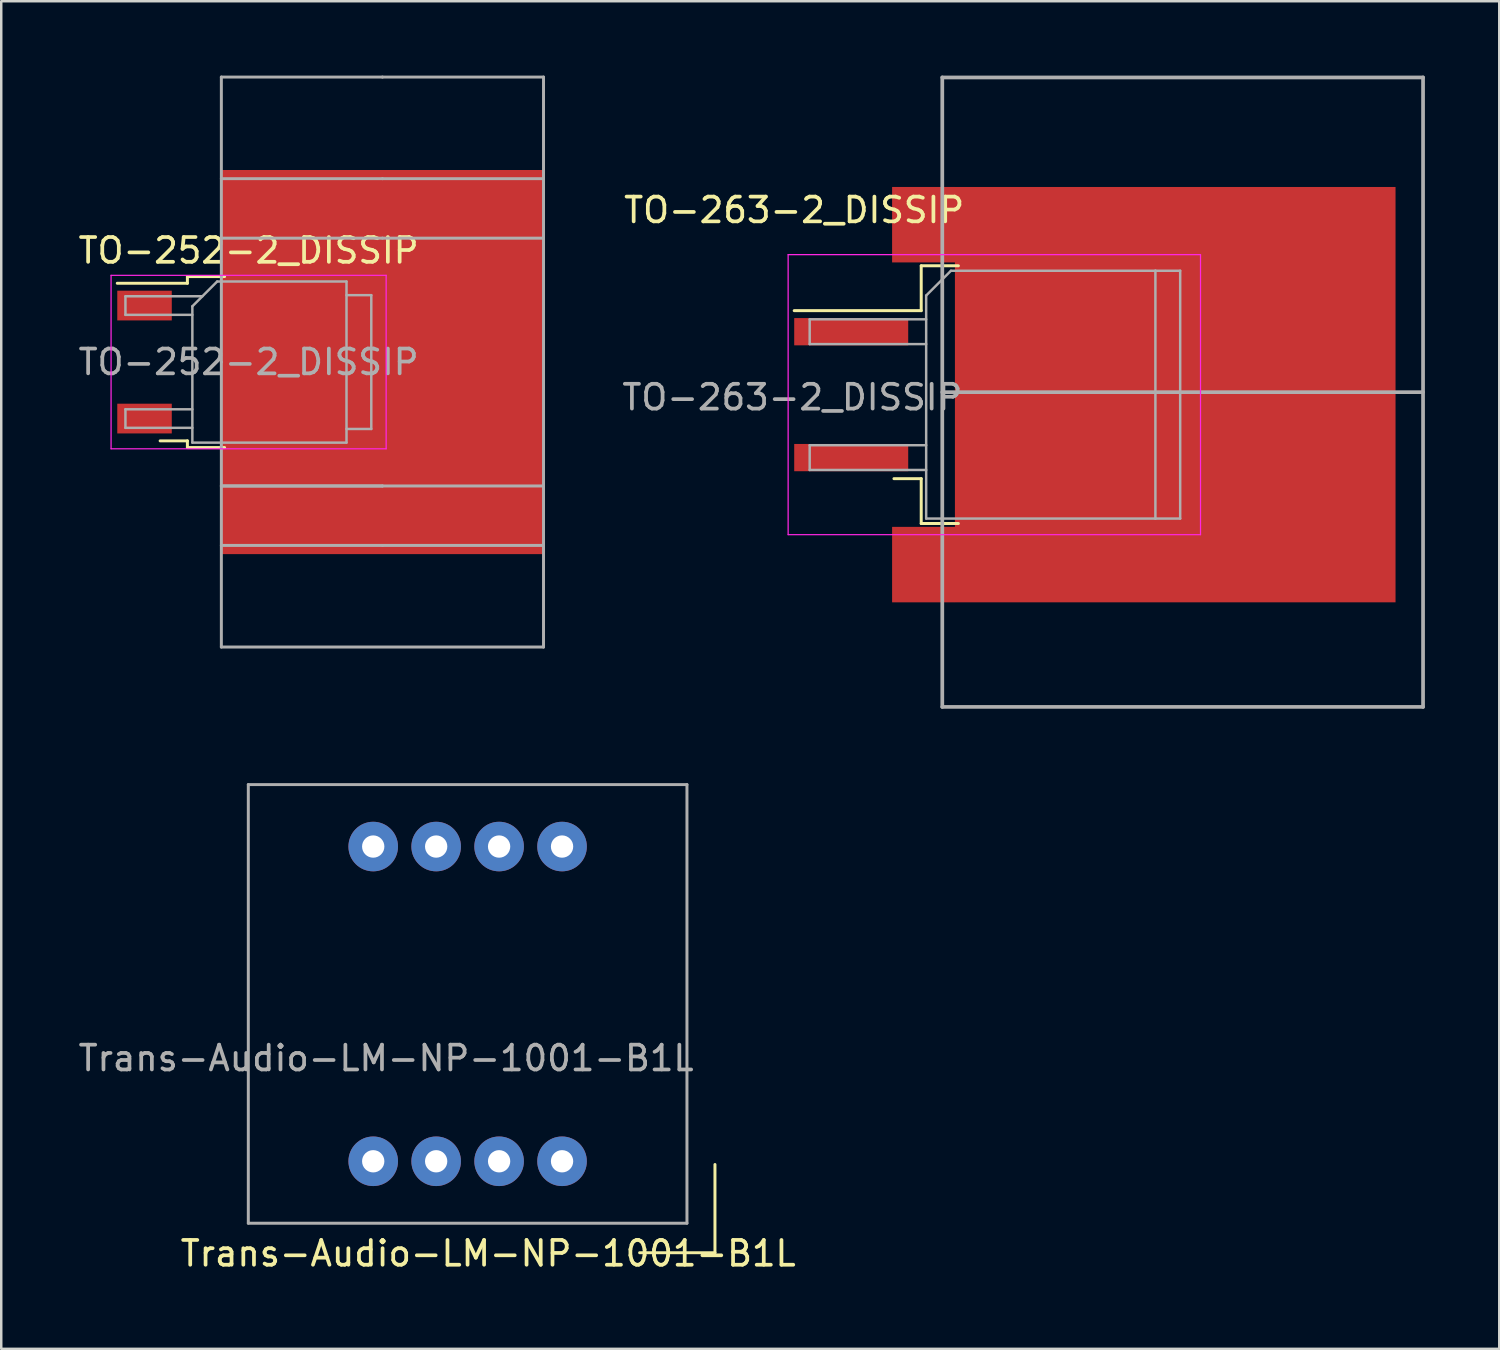
<source format=kicad_pcb>
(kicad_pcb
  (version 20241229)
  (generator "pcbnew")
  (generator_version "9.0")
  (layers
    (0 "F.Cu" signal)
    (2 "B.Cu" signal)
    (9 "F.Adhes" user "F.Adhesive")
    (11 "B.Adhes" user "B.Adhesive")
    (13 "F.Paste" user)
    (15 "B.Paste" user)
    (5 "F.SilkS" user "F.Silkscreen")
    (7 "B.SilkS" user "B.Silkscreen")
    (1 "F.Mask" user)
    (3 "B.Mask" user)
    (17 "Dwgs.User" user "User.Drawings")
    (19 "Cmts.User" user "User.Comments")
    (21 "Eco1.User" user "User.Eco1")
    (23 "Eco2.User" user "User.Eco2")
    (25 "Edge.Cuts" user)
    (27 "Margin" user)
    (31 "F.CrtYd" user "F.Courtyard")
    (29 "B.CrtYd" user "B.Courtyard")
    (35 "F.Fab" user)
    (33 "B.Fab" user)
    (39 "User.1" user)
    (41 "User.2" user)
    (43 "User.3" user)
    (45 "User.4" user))
  (footprint "TO-252-2_DISSIP"
    (layer "F.Cu")
    (at 6.982 11.56)
    (property "Reference" "TO-252-2_DISSIP" (at 0 -4.5 0) (layer "F.SilkS") (effects (font (size 1 1) (thickness 0.15))))
    (attr smd)
    (fp_line (start -2.47 -3.45) (end -2.47 -3.18) (stroke (width 0.12) (type solid)) (layer "F.SilkS"))
    (fp_line (start -2.47 -3.18) (end -5.3 -3.18) (stroke (width 0.12) (type solid)) (layer "F.SilkS"))
    (fp_line (start -2.47 3.18) (end -3.57 3.18) (stroke (width 0.12) (type solid)) (layer "F.SilkS"))
    (fp_line (start -2.47 3.45) (end -2.47 3.18) (stroke (width 0.12) (type solid)) (layer "F.SilkS"))
    (fp_line (start -0.97 -3.45) (end -2.47 -3.45) (stroke (width 0.12) (type solid)) (layer "F.SilkS"))
    (fp_line (start -0.97 3.45) (end -2.47 3.45) (stroke (width 0.12) (type solid)) (layer "F.SilkS"))
    (fp_line (start -5.55 -3.5) (end -5.55 3.5) (stroke (width 0.05) (type solid)) (layer "F.CrtYd"))
    (fp_line (start -5.55 3.5) (end 5.55 3.5) (stroke (width 0.05) (type solid)) (layer "F.CrtYd"))
    (fp_line (start 5.55 -3.5) (end -5.55 -3.5) (stroke (width 0.05) (type solid)) (layer "F.CrtYd"))
    (fp_line (start 5.55 3.5) (end 5.55 -3.5) (stroke (width 0.05) (type solid)) (layer "F.CrtYd"))
    (fp_line (start -4.97 -2.655) (end -4.97 -1.905) (stroke (width 0.1) (type solid)) (layer "F.Fab"))
    (fp_line (start -4.97 -1.905) (end -2.27 -1.905) (stroke (width 0.1) (type solid)) (layer "F.Fab"))
    (fp_line (start -4.97 1.905) (end -4.97 2.655) (stroke (width 0.1) (type solid)) (layer "F.Fab"))
    (fp_line (start -4.97 2.655) (end -2.27 2.655) (stroke (width 0.1) (type solid)) (layer "F.Fab"))
    (fp_line (start -2.27 -2.25) (end -1.27 -3.25) (stroke (width 0.1) (type solid)) (layer "F.Fab"))
    (fp_line (start -2.27 1.905) (end -4.97 1.905) (stroke (width 0.1) (type solid)) (layer "F.Fab"))
    (fp_line (start -2.27 3.25) (end -2.27 -2.25) (stroke (width 0.1) (type solid)) (layer "F.Fab"))
    (fp_line (start -1.865 -2.655) (end -4.97 -2.655) (stroke (width 0.1) (type solid)) (layer "F.Fab"))
    (fp_line (start -1.27 -3.25) (end 3.95 -3.25) (stroke (width 0.1) (type solid)) (layer "F.Fab"))
    (fp_line (start -1.1 -11.5) (end 5.4 -11.5) (stroke (width 0.12) (type solid)) (layer "F.Fab"))
    (fp_line (start -1.1 0) (end -1.1 -11.5) (stroke (width 0.12) (type solid)) (layer "F.Fab"))
    (fp_line (start -1.1 5) (end 5.4 5) (stroke (width 0.12) (type solid)) (layer "F.Fab"))
    (fp_line (start -1.1 11.5) (end -1.1 0) (stroke (width 0.12) (type solid)) (layer "F.Fab"))
    (fp_line (start 3.95 -3.25) (end 3.95 3.25) (stroke (width 0.1) (type solid)) (layer "F.Fab"))
    (fp_line (start 3.95 -2.7) (end 4.95 -2.7) (stroke (width 0.1) (type solid)) (layer "F.Fab"))
    (fp_line (start 3.95 3.25) (end -2.27 3.25) (stroke (width 0.1) (type solid)) (layer "F.Fab"))
    (fp_line (start 4.95 -2.7) (end 4.95 2.7) (stroke (width 0.1) (type solid)) (layer "F.Fab"))
    (fp_line (start 4.95 2.7) (end 3.95 2.7) (stroke (width 0.1) (type solid)) (layer "F.Fab"))
    (fp_line (start 5.4 -11.5) (end 11.9 -11.5) (stroke (width 0.12) (type solid)) (layer "F.Fab"))
    (fp_line (start 5.4 -7.4) (end -1.1 -7.4) (stroke (width 0.12) (type solid)) (layer "F.Fab"))
    (fp_line (start 5.4 -7.4) (end 11.9 -7.4) (stroke (width 0.12) (type solid)) (layer "F.Fab"))
    (fp_line (start 5.4 -5) (end -1.1 -5) (stroke (width 0.12) (type solid)) (layer "F.Fab"))
    (fp_line (start 5.4 -5) (end 11.9 -5) (stroke (width 0.12) (type solid)) (layer "F.Fab"))
    (fp_line (start 5.4 5) (end -1.1 5) (stroke (width 0.12) (type solid)) (layer "F.Fab"))
    (fp_line (start 5.4 5) (end 11.9 5) (stroke (width 0.12) (type solid)) (layer "F.Fab"))
    (fp_line (start 5.4 7.4) (end -1.1 7.4) (stroke (width 0.12) (type solid)) (layer "F.Fab"))
    (fp_line (start 5.4 7.4) (end 11.9 7.4) (stroke (width 0.12) (type solid)) (layer "F.Fab"))
    (fp_line (start 11.9 -11.5) (end 11.9 11.5) (stroke (width 0.12) (type solid)) (layer "F.Fab"))
    (fp_line (start 11.9 11.5) (end -1.1 11.5) (stroke (width 0.12) (type solid)) (layer "F.Fab"))
    (fp_text user "${REFERENCE}" (at 0 0 0) (layer "F.Fab") (effects (font (size 1 1) (thickness 0.15))))
    (pad "1" smd rect (at -4.2 -2.28) (size 2.2 1.2) (layers "F.Cu" "F.Mask" "F.Paste"))
    (pad "2" smd rect (at 5.4 0) (size 13 15.5) (layers "F.Cu" "F.Mask" "F.Paste"))
    (pad "3" smd rect (at -4.2 2.28) (size 2.2 1.2) (layers "F.Cu" "F.Mask" "F.Paste")))
  (footprint "Trans-Audio-LM-NP-1001-B1L"
    (layer "F.Cu")
    (at 15.82 37.46)
    (property "Reference" "Trans-Audio-LM-NP-1001-B1L" (at 0.83 10.07 0) (layer "F.SilkS") (effects (font (size 1 1) (thickness 0.15))))
    (attr through_hole)
    (fp_line (start 9.98 6.48) (end 9.98 10.04) (stroke (width 0.12) (type solid)) (layer "F.SilkS"))
    (fp_line (start 9.98 10.04) (end 6.94 10.04) (stroke (width 0.12) (type solid)) (layer "F.SilkS"))
    (fp_line (start -8.85 -8.85) (end 8.85 -8.85) (stroke (width 0.12) (type solid)) (layer "F.Fab"))
    (fp_line (start -8.85 8.85) (end -8.85 -8.85) (stroke (width 0.12) (type solid)) (layer "F.Fab"))
    (fp_line (start 8.85 -8.85) (end 8.85 8.85) (stroke (width 0.12) (type solid)) (layer "F.Fab"))
    (fp_line (start 8.85 8.85) (end -8.85 8.85) (stroke (width 0.12) (type solid)) (layer "F.Fab"))
    (fp_text user "${REFERENCE}" (at -3.29 2.19 0) (layer "F.Fab") (effects (font (size 1 1) (thickness 0.15))))
    (pad "1" thru_hole circle (at 3.81 6.35) (size 2 2) (drill 0.9) (layers "*.Cu" "*.Mask"))
    (pad "2" thru_hole circle (at 1.27 6.35) (size 2 2) (drill 0.9) (layers "*.Cu" "*.Mask"))
    (pad "3" thru_hole circle (at -1.27 6.35) (size 2 2) (drill 0.9) (layers "*.Cu" "*.Mask"))
    (pad "4" thru_hole circle (at -3.81 6.35) (size 2 2) (drill 0.9) (layers "*.Cu" "*.Mask"))
    (pad "5" thru_hole circle (at -3.81 -6.35) (size 2 2) (drill 0.9) (layers "*.Cu" "*.Mask"))
    (pad "6" thru_hole circle (at -1.27 -6.35) (size 2 2) (drill 0.9) (layers "*.Cu" "*.Mask"))
    (pad "7" thru_hole circle (at 1.27 -6.35) (size 2 2) (drill 0.9) (layers "*.Cu" "*.Mask"))
    (pad "8" thru_hole circle (at 3.81 -6.35) (size 2 2) (drill 0.9) (layers "*.Cu" "*.Mask")))
  (footprint "TO-263-2_DISSIP"
    (layer "F.Cu")
    (at 37.073 12.875)
    (property "Reference" "TO-263-2_DISSIP" (at -8.077 -7.447 0) (layer "F.SilkS") (effects (font (size 1 1) (thickness 0.15))))
    (attr smd)
    (fp_line (start -2.95 -5.2) (end -2.95 -3.39) (stroke (width 0.12) (type solid)) (layer "F.SilkS"))
    (fp_line (start -2.95 -3.39) (end -8.075 -3.39) (stroke (width 0.12) (type solid)) (layer "F.SilkS"))
    (fp_line (start -2.95 3.39) (end -4.05 3.39) (stroke (width 0.12) (type solid)) (layer "F.SilkS"))
    (fp_line (start -2.95 5.2) (end -2.95 3.39) (stroke (width 0.12) (type solid)) (layer "F.SilkS"))
    (fp_line (start -1.45 -5.2) (end -2.95 -5.2) (stroke (width 0.12) (type solid)) (layer "F.SilkS"))
    (fp_line (start -1.45 5.2) (end -2.95 5.2) (stroke (width 0.12) (type solid)) (layer "F.SilkS"))
    (fp_line (start -8.32 -5.65) (end -8.32 5.65) (stroke (width 0.05) (type solid)) (layer "F.CrtYd"))
    (fp_line (start -8.32 5.65) (end 8.32 5.65) (stroke (width 0.05) (type solid)) (layer "F.CrtYd"))
    (fp_line (start 8.32 -5.65) (end -8.32 -5.65) (stroke (width 0.05) (type solid)) (layer "F.CrtYd"))
    (fp_line (start 8.32 5.65) (end 8.32 -5.65) (stroke (width 0.05) (type solid)) (layer "F.CrtYd"))
    (fp_line (start -7.45 -3.04) (end -7.45 -2.04) (stroke (width 0.1) (type solid)) (layer "F.Fab"))
    (fp_line (start -7.45 -2.04) (end -2.75 -2.04) (stroke (width 0.1) (type solid)) (layer "F.Fab"))
    (fp_line (start -7.45 2.04) (end -7.45 3.04) (stroke (width 0.1) (type solid)) (layer "F.Fab"))
    (fp_line (start -7.45 3.04) (end -2.75 3.04) (stroke (width 0.1) (type solid)) (layer "F.Fab"))
    (fp_line (start -2.75 -4) (end -1.75 -5) (stroke (width 0.1) (type solid)) (layer "F.Fab"))
    (fp_line (start -2.75 -3.04) (end -7.45 -3.04) (stroke (width 0.1) (type solid)) (layer "F.Fab"))
    (fp_line (start -2.75 2.04) (end -7.45 2.04) (stroke (width 0.1) (type solid)) (layer "F.Fab"))
    (fp_line (start -2.75 5) (end -2.75 -4) (stroke (width 0.1) (type solid)) (layer "F.Fab"))
    (fp_line (start -2.1 -12.8) (end 17.3 -12.8) (stroke (width 0.15) (type solid)) (layer "F.Fab"))
    (fp_line (start -2.1 -0.1) (end 17.3 -0.1) (stroke (width 0.15) (type solid)) (layer "F.Fab"))
    (fp_line (start -2.1 12.6) (end -2.1 -12.8) (stroke (width 0.15) (type solid)) (layer "F.Fab"))
    (fp_line (start -1.75 -5) (end 6.5 -5) (stroke (width 0.1) (type solid)) (layer "F.Fab"))
    (fp_line (start 6.5 -5) (end 6.5 5) (stroke (width 0.1) (type solid)) (layer "F.Fab"))
    (fp_line (start 6.5 -5) (end 7.5 -5) (stroke (width 0.1) (type solid)) (layer "F.Fab"))
    (fp_line (start 6.5 5) (end -2.75 5) (stroke (width 0.1) (type solid)) (layer "F.Fab"))
    (fp_line (start 7.5 -5) (end 7.5 5) (stroke (width 0.1) (type solid)) (layer "F.Fab"))
    (fp_line (start 7.5 5) (end 6.5 5) (stroke (width 0.1) (type solid)) (layer "F.Fab"))
    (fp_line (start 17.3 -12.8) (end 17.3 12.6) (stroke (width 0.15) (type solid)) (layer "F.Fab"))
    (fp_line (start 17.3 12.6) (end -2.1 12.6) (stroke (width 0.15) (type solid)) (layer "F.Fab"))
    (fp_text user "${REFERENCE}" (at -8.148 0.107 0) (layer "F.Fab") (effects (font (size 1 1) (thickness 0.15))))
    (pad "1" smd rect (at -5.775 -2.54) (size 4.6 1.1) (layers "F.Cu" "F.Mask" "F.Paste"))
    (pad "2" smd rect (at -2.855 -6.858) (size 2.54 3.045) (layers "F.Cu" "F.Mask"))
    (pad "2" smd rect (at -2.855 6.858) (size 2.54 3.045) (layers "F.Cu" "F.Mask"))
    (pad "2" smd rect (at 7.3 0) (size 17.78 16.76) (layers "F.Cu" "F.Mask"))
    (pad "3" smd rect (at -5.775 2.54) (size 4.6 1.1) (layers "F.Cu" "F.Mask" "F.Paste")))
  (gr_rect
    (start -3 -3)
    (end 57.448 51.378)
    (stroke (width 0.1) (type default))
    (fill no)
    (layer "Edge.Cuts")))
</source>
